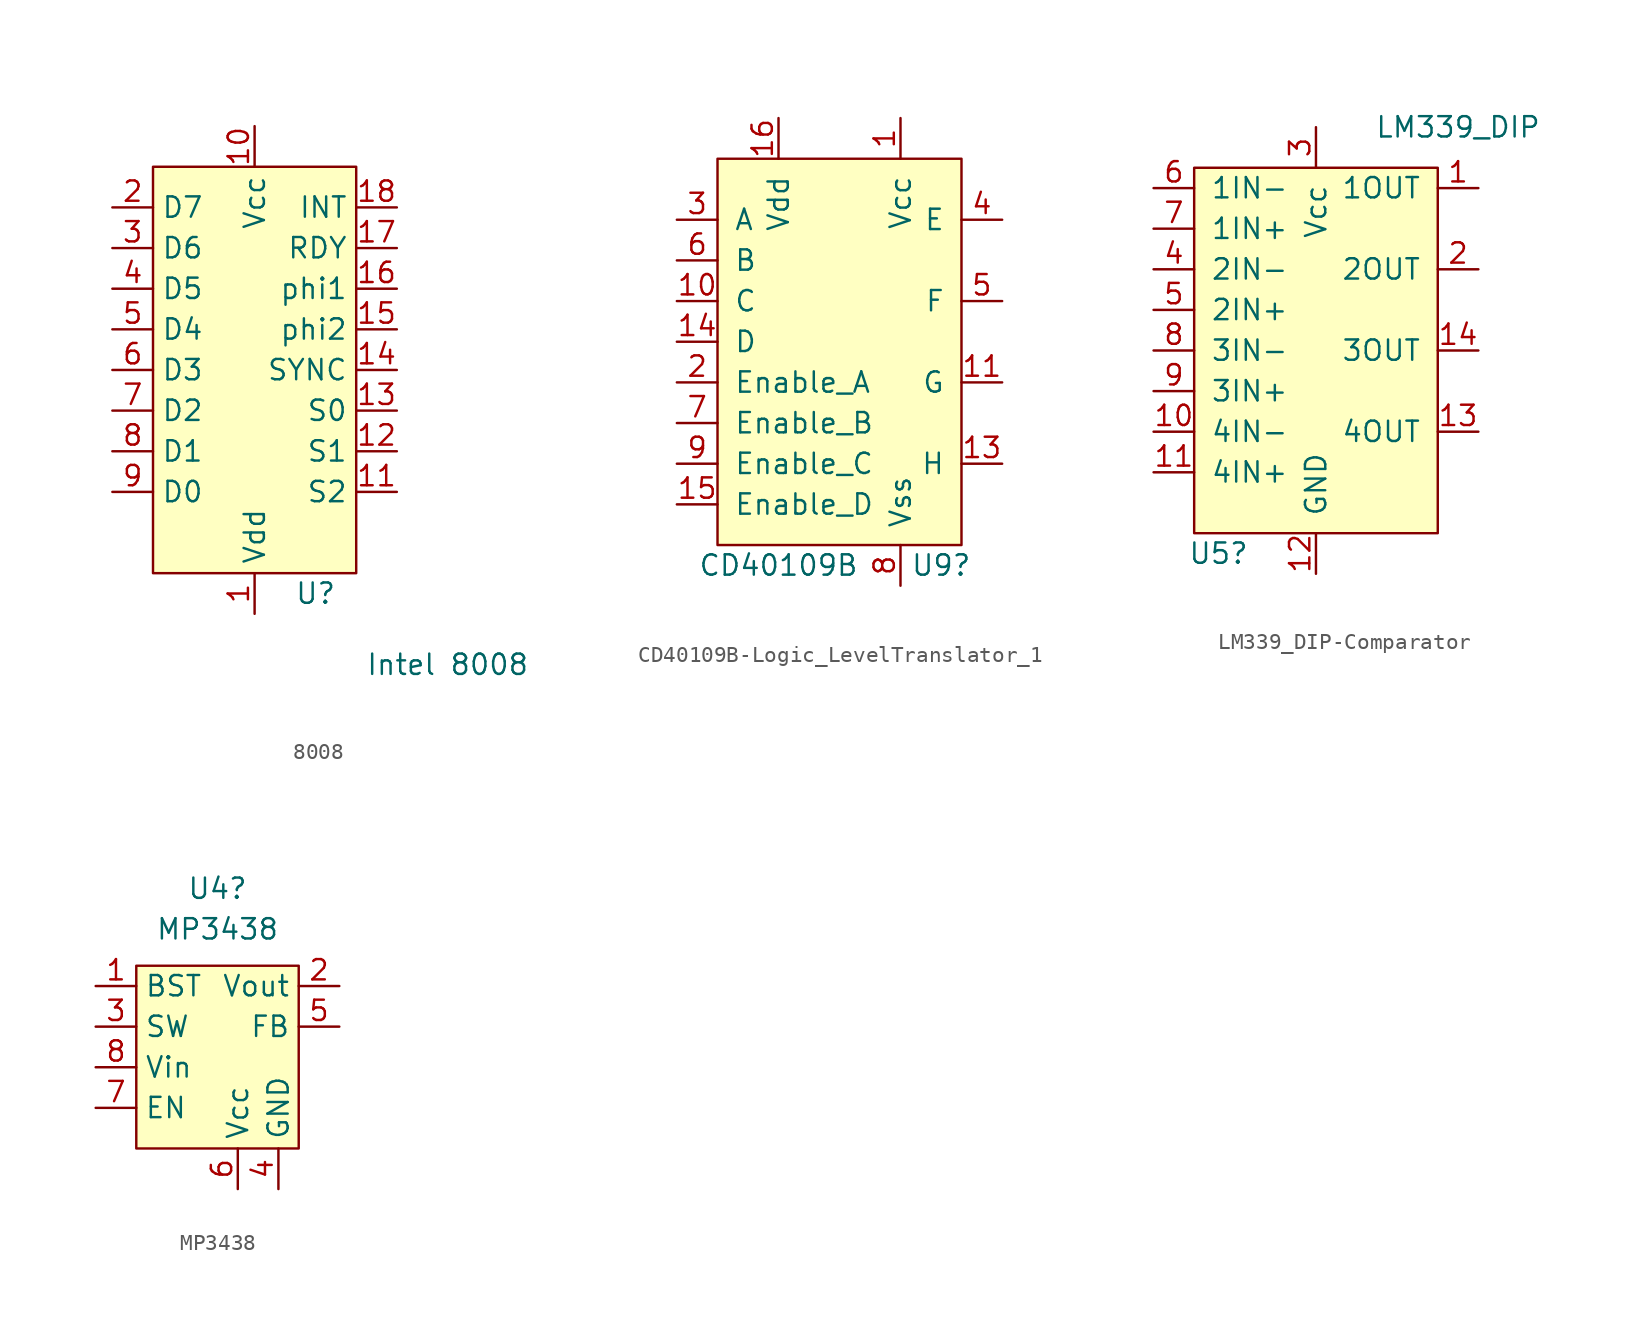
<source format=kicad_sym>
(kicad_symbol_lib
  (version 20231120)
  (generator "kicad_symbol_editor")
  (generator_version "8.0")
  (symbol "8008"
    (property "Reference" "U"
      (at 3.81 0 0)
      (effects (font (size 1.27 1.27))))
    (property "Value" "Intel 8008"
      (at 12.065 -4.445 0)
      (effects (font (size 1.27 1.27))))
    (symbol "8008_1_1"
      (rectangle (start -6.35 26.67) (end 6.35 1.27) (stroke (width 0) (type default)) (fill (type background)))
      (pin power_in line (at 0 -1.27 90) (length 2.54) (name "Vdd" (effects (font (size 1.27 1.27)))) (number "1" (effects (font (size 1.27 1.27)))))
      (pin power_in line (at 0 29.21 270) (length 2.54) (name "Vcc" (effects (font (size 1.27 1.27)))) (number "10" (effects (font (size 1.27 1.27)))))
      (pin output line (at 8.89 6.35 180) (length 2.54) (name "S2" (effects (font (size 1.27 1.27)))) (number "11" (effects (font (size 1.27 1.27)))))
      (pin output line (at 8.89 8.89 180) (length 2.54) (name "S1" (effects (font (size 1.27 1.27)))) (number "12" (effects (font (size 1.27 1.27)))))
      (pin output line (at 8.89 11.43 180) (length 2.54) (name "S0" (effects (font (size 1.27 1.27)))) (number "13" (effects (font (size 1.27 1.27)))))
      (pin output line (at 8.89 13.97 180) (length 2.54) (name "SYNC" (effects (font (size 1.27 1.27)))) (number "14" (effects (font (size 1.27 1.27)))))
      (pin input line (at 8.89 16.51 180) (length 2.54) (name "phi2" (effects (font (size 1.27 1.27)))) (number "15" (effects (font (size 1.27 1.27)))))
      (pin input line (at 8.89 19.05 180) (length 2.54) (name "phi1" (effects (font (size 1.27 1.27)))) (number "16" (effects (font (size 1.27 1.27)))))
      (pin input line (at 8.89 21.59 180) (length 2.54) (name "RDY" (effects (font (size 1.27 1.27)))) (number "17" (effects (font (size 1.27 1.27)))))
      (pin input line (at 8.89 24.13 180) (length 2.54) (name "INT" (effects (font (size 1.27 1.27)))) (number "18" (effects (font (size 1.27 1.27)))))
      (pin bidirectional line (at -8.89 24.13 0) (length 2.54) (name "D7" (effects (font (size 1.27 1.27)))) (number "2" (effects (font (size 1.27 1.27)))))
      (pin bidirectional line (at -8.89 21.59 0) (length 2.54) (name "D6" (effects (font (size 1.27 1.27)))) (number "3" (effects (font (size 1.27 1.27)))))
      (pin bidirectional line (at -8.89 19.05 0) (length 2.54) (name "D5" (effects (font (size 1.27 1.27)))) (number "4" (effects (font (size 1.27 1.27)))))
      (pin bidirectional line (at -8.89 16.51 0) (length 2.54) (name "D4" (effects (font (size 1.27 1.27)))) (number "5" (effects (font (size 1.27 1.27)))))
      (pin bidirectional line (at -8.89 13.97 0) (length 2.54) (name "D3" (effects (font (size 1.27 1.27)))) (number "6" (effects (font (size 1.27 1.27)))))
      (pin bidirectional line (at -8.89 11.43 0) (length 2.54) (name "D2" (effects (font (size 1.27 1.27)))) (number "7" (effects (font (size 1.27 1.27)))))
      (pin bidirectional line (at -8.89 8.89 0) (length 2.54) (name "D1" (effects (font (size 1.27 1.27)))) (number "8" (effects (font (size 1.27 1.27)))))
      (pin bidirectional line (at -8.89 6.35 0) (length 2.54) (name "D0" (effects (font (size 1.27 1.27)))) (number "9" (effects (font (size 1.27 1.27)))))))
  (symbol "CD40109B-Logic_LevelTranslator_1"
    (pin_names
      (offset 1.016))
    (property "Reference" "U9"
      (at 6.35 -24.13 0)
      (effects (font (size 1.27 1.27))))
    (property "Value" "CD40109B"
      (at -3.81 -24.13 0)
      (effects (font (size 1.27 1.27))))
    (symbol "CD40109B-Logic_LevelTranslator_1_0_1"
      (rectangle (start -7.62 1.27) (end 7.62 -22.86) (stroke (width 0) (type solid)) (fill (type background))))
    (symbol "CD40109B-Logic_LevelTranslator_1_1_1"
      (pin power_in line (at 3.81 3.81 270) (length 2.54) (name "Vcc" (effects (font (size 1.27 1.27)))) (number "1" (effects (font (size 1.27 1.27)))))
      (pin input line (at -10.16 -7.62 0) (length 2.54) (name "C" (effects (font (size 1.27 1.27)))) (number "10" (effects (font (size 1.27 1.27)))))
      (pin output line (at 10.16 -12.7 180) (length 2.54) (name "G" (effects (font (size 1.27 1.27)))) (number "11" (effects (font (size 1.27 1.27)))))
      (pin output line (at 10.16 -17.78 180) (length 2.54) (name "H" (effects (font (size 1.27 1.27)))) (number "13" (effects (font (size 1.27 1.27)))))
      (pin input line (at -10.16 -10.16 0) (length 2.54) (name "D" (effects (font (size 1.27 1.27)))) (number "14" (effects (font (size 1.27 1.27)))))
      (pin input line (at -10.16 -20.32 0) (length 2.54) (name "Enable_D" (effects (font (size 1.27 1.27)))) (number "15" (effects (font (size 1.27 1.27)))))
      (pin power_in line (at -3.81 3.81 270) (length 2.54) (name "Vdd" (effects (font (size 1.27 1.27)))) (number "16" (effects (font (size 1.27 1.27)))))
      (pin input line (at -10.16 -12.7 0) (length 2.54) (name "Enable_A" (effects (font (size 1.27 1.27)))) (number "2" (effects (font (size 1.27 1.27)))))
      (pin input line (at -10.16 -2.54 0) (length 2.54) (name "A" (effects (font (size 1.27 1.27)))) (number "3" (effects (font (size 1.27 1.27)))))
      (pin output line (at 10.16 -2.54 180) (length 2.54) (name "E" (effects (font (size 1.27 1.27)))) (number "4" (effects (font (size 1.27 1.27)))))
      (pin output line (at 10.16 -7.62 180) (length 2.54) (name "F" (effects (font (size 1.27 1.27)))) (number "5" (effects (font (size 1.27 1.27)))))
      (pin input line (at -10.16 -5.08 0) (length 2.54) (name "B" (effects (font (size 1.27 1.27)))) (number "6" (effects (font (size 1.27 1.27)))))
      (pin input line (at -10.16 -15.24 0) (length 2.54) (name "Enable_B" (effects (font (size 1.27 1.27)))) (number "7" (effects (font (size 1.27 1.27)))))
      (pin power_in line (at 3.81 -25.4 90) (length 2.54) (name "Vss" (effects (font (size 1.27 1.27)))) (number "8" (effects (font (size 1.27 1.27)))))
      (pin input line (at -10.16 -17.78 0) (length 2.54) (name "Enable_C" (effects (font (size 1.27 1.27)))) (number "9" (effects (font (size 1.27 1.27)))))))
  (symbol "LM339_DIP-Comparator"
    (pin_names
      (offset 1.016))
    (property "Reference" "U5"
      (at -6.096 -24.13 0)
      (effects (font (size 1.27 1.27))))
    (property "Value" "LM339_DIP"
      (at 8.89 2.54 0)
      (effects (font (size 1.27 1.27))))
    (symbol "LM339_DIP-Comparator_0_1"
      (rectangle (start -7.62 0) (end 7.62 -22.86) (stroke (width 0) (type solid)) (fill (type background))))
    (symbol "LM339_DIP-Comparator_1_1"
      (pin output line (at 10.16 -1.27 180) (length 2.54) (name "1OUT" (effects (font (size 1.27 1.27)))) (number "1" (effects (font (size 1.27 1.27)))))
      (pin input line (at -10.16 -16.51 0) (length 2.54) (name "4IN-" (effects (font (size 1.27 1.27)))) (number "10" (effects (font (size 1.27 1.27)))))
      (pin input line (at -10.16 -19.05 0) (length 2.54) (name "4IN+" (effects (font (size 1.27 1.27)))) (number "11" (effects (font (size 1.27 1.27)))))
      (pin power_in line (at 0 -25.4 90) (length 2.54) (name "GND" (effects (font (size 1.27 1.27)))) (number "12" (effects (font (size 1.27 1.27)))))
      (pin output line (at 10.16 -16.51 180) (length 2.54) (name "4OUT" (effects (font (size 1.27 1.27)))) (number "13" (effects (font (size 1.27 1.27)))))
      (pin output line (at 10.16 -11.43 180) (length 2.54) (name "3OUT" (effects (font (size 1.27 1.27)))) (number "14" (effects (font (size 1.27 1.27)))))
      (pin output line (at 10.16 -6.35 180) (length 2.54) (name "2OUT" (effects (font (size 1.27 1.27)))) (number "2" (effects (font (size 1.27 1.27)))))
      (pin power_in line (at 0 2.54 270) (length 2.54) (name "Vcc" (effects (font (size 1.27 1.27)))) (number "3" (effects (font (size 1.27 1.27)))))
      (pin input line (at -10.16 -6.35 0) (length 2.54) (name "2IN-" (effects (font (size 1.27 1.27)))) (number "4" (effects (font (size 1.27 1.27)))))
      (pin input line (at -10.16 -8.89 0) (length 2.54) (name "2IN+" (effects (font (size 1.27 1.27)))) (number "5" (effects (font (size 1.27 1.27)))))
      (pin input line (at -10.16 -1.27 0) (length 2.54) (name "1IN-" (effects (font (size 1.27 1.27)))) (number "6" (effects (font (size 1.27 1.27)))))
      (pin input line (at -10.16 -3.81 0) (length 2.54) (name "1IN+" (effects (font (size 1.27 1.27)))) (number "7" (effects (font (size 1.27 1.27)))))
      (pin input line (at -10.16 -11.43 0) (length 2.54) (name "3IN-" (effects (font (size 1.27 1.27)))) (number "8" (effects (font (size 1.27 1.27)))))
      (pin input line (at -10.16 -13.97 0) (length 2.54) (name "3IN+" (effects (font (size 1.27 1.27)))) (number "9" (effects (font (size 1.27 1.27)))))))
  (symbol "MP3438"
    (property "Reference" "U4"
      (at 0 16.256 0)
      (effects (font (size 1.27 1.27))))
    (property "Value" "MP3438"
      (at 0 13.716 0)
      (effects (font (size 1.27 1.27))))
    (symbol "MP3438_1_1"
      (rectangle (start -5.08 11.43) (end 5.08 0) (stroke (width 0) (type default)) (fill (type background)))
      (pin input line (at -7.62 10.16 0) (length 2.54) (name "BST" (effects (font (size 1.27 1.27)))) (number "1" (effects (font (size 1.27 1.27)))))
      (pin power_out line (at 7.62 10.16 180) (length 2.54) (name "Vout" (effects (font (size 1.27 1.27)))) (number "2" (effects (font (size 1.27 1.27)))))
      (pin input line (at -7.62 7.62 0) (length 2.54) (name "SW" (effects (font (size 1.27 1.27)))) (number "3" (effects (font (size 1.27 1.27)))))
      (pin power_in line (at 3.81 -2.54 90) (length 2.54) (name "GND" (effects (font (size 1.27 1.27)))) (number "4" (effects (font (size 1.27 1.27)))))
      (pin input line (at 7.62 7.62 180) (length 2.54) (name "FB" (effects (font (size 1.27 1.27)))) (number "5" (effects (font (size 1.27 1.27)))))
      (pin input line (at 1.27 -2.54 90) (length 2.54) (name "Vcc" (effects (font (size 1.27 1.27)))) (number "6" (effects (font (size 1.27 1.27)))))
      (pin input line (at -7.62 2.54 0) (length 2.54) (name "EN" (effects (font (size 1.27 1.27)))) (number "7" (effects (font (size 1.27 1.27)))))
      (pin power_in line (at -7.62 5.08 0) (length 2.54) (name "Vin" (effects (font (size 1.27 1.27)))) (number "8" (effects (font (size 1.27 1.27))))))))
</source>
